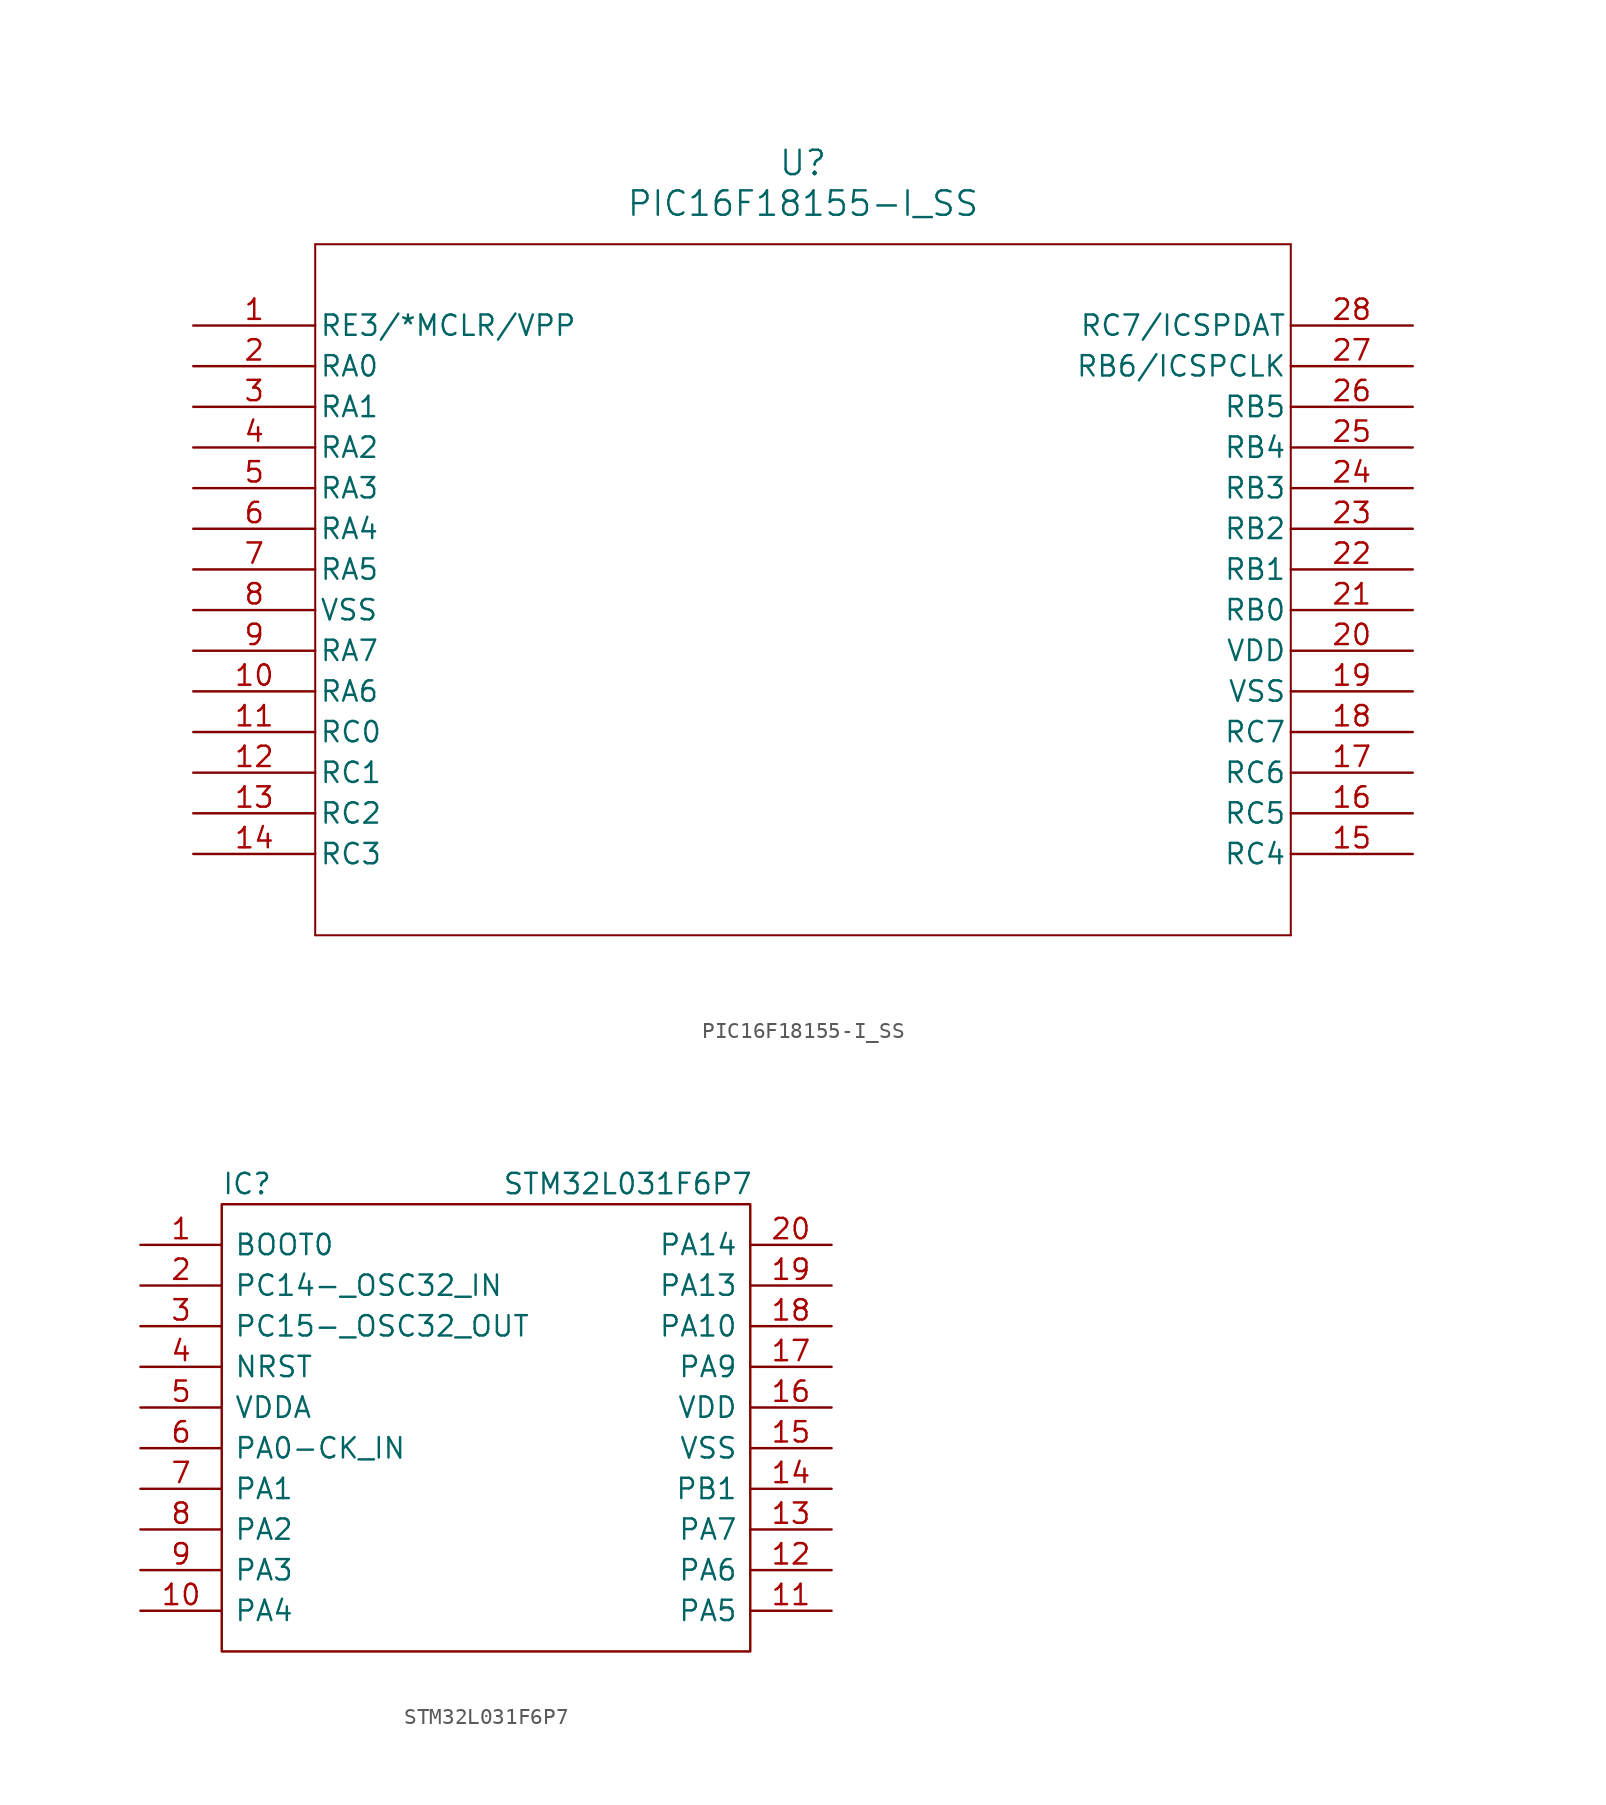
<source format=kicad_sym>
(kicad_symbol_lib
  (version 20231120)
  (generator "kicad_symbol_editor")
  (generator_version "8.0")
  (symbol "PIC16F18155-I_SS"
    (pin_names
      (offset 0.254))
    (property "Reference" "U"
      (at 38.1 10.16 0)
      (effects (font (size 1.524 1.524))))
    (property "Value" "PIC16F18155-I_SS"
      (at 38.1 7.62 0)
      (effects (font (size 1.524 1.524))))
    (property "ki_locked" ""
      (at 0 0 0)
      (effects (font (size 1.27 1.27))))
    (symbol "PIC16F18155-I_SS_0_1"
      (polyline (pts (xy 7.62 -38.1) (xy 68.58 -38.1)) (stroke (width 0.127) (type default)) (fill (type none)))
      (polyline (pts (xy 7.62 5.08) (xy 7.62 -38.1)) (stroke (width 0.127) (type default)) (fill (type none)))
      (polyline (pts (xy 68.58 -38.1) (xy 68.58 5.08)) (stroke (width 0.127) (type default)) (fill (type none)))
      (polyline (pts (xy 68.58 5.08) (xy 7.62 5.08)) (stroke (width 0.127) (type default)) (fill (type none)))
      (pin bidirectional line (at 0 0 0) (length 7.62) (name "RE3/*MCLR/VPP" (effects (font (size 1.27 1.27)))) (number "1" (effects (font (size 1.27 1.27)))))
      (pin bidirectional line (at 0 -22.86 0) (length 7.62) (name "RA6" (effects (font (size 1.27 1.27)))) (number "10" (effects (font (size 1.27 1.27)))))
      (pin bidirectional line (at 0 -25.4 0) (length 7.62) (name "RC0" (effects (font (size 1.27 1.27)))) (number "11" (effects (font (size 1.27 1.27)))))
      (pin bidirectional line (at 0 -27.94 0) (length 7.62) (name "RC1" (effects (font (size 1.27 1.27)))) (number "12" (effects (font (size 1.27 1.27)))))
      (pin bidirectional line (at 0 -30.48 0) (length 7.62) (name "RC2" (effects (font (size 1.27 1.27)))) (number "13" (effects (font (size 1.27 1.27)))))
      (pin bidirectional line (at 0 -33.02 0) (length 7.62) (name "RC3" (effects (font (size 1.27 1.27)))) (number "14" (effects (font (size 1.27 1.27)))))
      (pin bidirectional line (at 76.2 -33.02 180) (length 7.62) (name "RC4" (effects (font (size 1.27 1.27)))) (number "15" (effects (font (size 1.27 1.27)))))
      (pin bidirectional line (at 76.2 -30.48 180) (length 7.62) (name "RC5" (effects (font (size 1.27 1.27)))) (number "16" (effects (font (size 1.27 1.27)))))
      (pin bidirectional line (at 76.2 -27.94 180) (length 7.62) (name "RC6" (effects (font (size 1.27 1.27)))) (number "17" (effects (font (size 1.27 1.27)))))
      (pin bidirectional line (at 76.2 -25.4 180) (length 7.62) (name "RC7" (effects (font (size 1.27 1.27)))) (number "18" (effects (font (size 1.27 1.27)))))
      (pin power_out line (at 76.2 -22.86 180) (length 7.62) (name "VSS" (effects (font (size 1.27 1.27)))) (number "19" (effects (font (size 1.27 1.27)))))
      (pin bidirectional line (at 0 -2.54 0) (length 7.62) (name "RA0" (effects (font (size 1.27 1.27)))) (number "2" (effects (font (size 1.27 1.27)))))
      (pin power_in line (at 76.2 -20.32 180) (length 7.62) (name "VDD" (effects (font (size 1.27 1.27)))) (number "20" (effects (font (size 1.27 1.27)))))
      (pin bidirectional line (at 76.2 -17.78 180) (length 7.62) (name "RB0" (effects (font (size 1.27 1.27)))) (number "21" (effects (font (size 1.27 1.27)))))
      (pin bidirectional line (at 76.2 -15.24 180) (length 7.62) (name "RB1" (effects (font (size 1.27 1.27)))) (number "22" (effects (font (size 1.27 1.27)))))
      (pin bidirectional line (at 76.2 -12.7 180) (length 7.62) (name "RB2" (effects (font (size 1.27 1.27)))) (number "23" (effects (font (size 1.27 1.27)))))
      (pin bidirectional line (at 76.2 -10.16 180) (length 7.62) (name "RB3" (effects (font (size 1.27 1.27)))) (number "24" (effects (font (size 1.27 1.27)))))
      (pin bidirectional line (at 76.2 -7.62 180) (length 7.62) (name "RB4" (effects (font (size 1.27 1.27)))) (number "25" (effects (font (size 1.27 1.27)))))
      (pin bidirectional line (at 76.2 -5.08 180) (length 7.62) (name "RB5" (effects (font (size 1.27 1.27)))) (number "26" (effects (font (size 1.27 1.27)))))
      (pin bidirectional line (at 76.2 -2.54 180) (length 7.62) (name "RB6/ICSPCLK" (effects (font (size 1.27 1.27)))) (number "27" (effects (font (size 1.27 1.27)))))
      (pin bidirectional line (at 76.2 0 180) (length 7.62) (name "RC7/ICSPDAT" (effects (font (size 1.27 1.27)))) (number "28" (effects (font (size 1.27 1.27)))))
      (pin bidirectional line (at 0 -5.08 0) (length 7.62) (name "RA1" (effects (font (size 1.27 1.27)))) (number "3" (effects (font (size 1.27 1.27)))))
      (pin bidirectional line (at 0 -7.62 0) (length 7.62) (name "RA2" (effects (font (size 1.27 1.27)))) (number "4" (effects (font (size 1.27 1.27)))))
      (pin bidirectional line (at 0 -10.16 0) (length 7.62) (name "RA3" (effects (font (size 1.27 1.27)))) (number "5" (effects (font (size 1.27 1.27)))))
      (pin bidirectional line (at 0 -12.7 0) (length 7.62) (name "RA4" (effects (font (size 1.27 1.27)))) (number "6" (effects (font (size 1.27 1.27)))))
      (pin bidirectional line (at 0 -15.24 0) (length 7.62) (name "RA5" (effects (font (size 1.27 1.27)))) (number "7" (effects (font (size 1.27 1.27)))))
      (pin power_out line (at 0 -17.78 0) (length 7.62) (name "VSS" (effects (font (size 1.27 1.27)))) (number "8" (effects (font (size 1.27 1.27)))))
      (pin bidirectional line (at 0 -20.32 0) (length 7.62) (name "RA7" (effects (font (size 1.27 1.27)))) (number "9" (effects (font (size 1.27 1.27)))))))
  (symbol "STM32L031F6P7"
    (pin_names
      (offset 0.762))
    (property "Reference" "IC"
      (at 5.08 3.81 0)
      (effects (font (size 1.27 1.27)) (justify left)))
    (property "Value" "STM32L031F6P7"
      (at 22.606 3.81 0)
      (effects (font (size 1.27 1.27)) (justify left)))
    (symbol "STM32L031F6P7_0_0"
      (pin passive line (at 0 0 0) (length 5.08) (name "BOOT0" (effects (font (size 1.27 1.27)))) (number "1" (effects (font (size 1.27 1.27)))))
      (pin passive line (at 0 -22.86 0) (length 5.08) (name "PA4" (effects (font (size 1.27 1.27)))) (number "10" (effects (font (size 1.27 1.27)))))
      (pin passive line (at 43.18 -22.86 180) (length 5.08) (name "PA5" (effects (font (size 1.27 1.27)))) (number "11" (effects (font (size 1.27 1.27)))))
      (pin passive line (at 43.18 -20.32 180) (length 5.08) (name "PA6" (effects (font (size 1.27 1.27)))) (number "12" (effects (font (size 1.27 1.27)))))
      (pin passive line (at 43.18 -17.78 180) (length 5.08) (name "PA7" (effects (font (size 1.27 1.27)))) (number "13" (effects (font (size 1.27 1.27)))))
      (pin passive line (at 43.18 -15.24 180) (length 5.08) (name "PB1" (effects (font (size 1.27 1.27)))) (number "14" (effects (font (size 1.27 1.27)))))
      (pin passive line (at 43.18 -12.7 180) (length 5.08) (name "VSS" (effects (font (size 1.27 1.27)))) (number "15" (effects (font (size 1.27 1.27)))))
      (pin passive line (at 43.18 -10.16 180) (length 5.08) (name "VDD" (effects (font (size 1.27 1.27)))) (number "16" (effects (font (size 1.27 1.27)))))
      (pin passive line (at 43.18 -7.62 180) (length 5.08) (name "PA9" (effects (font (size 1.27 1.27)))) (number "17" (effects (font (size 1.27 1.27)))))
      (pin passive line (at 43.18 -5.08 180) (length 5.08) (name "PA10" (effects (font (size 1.27 1.27)))) (number "18" (effects (font (size 1.27 1.27)))))
      (pin passive line (at 43.18 -2.54 180) (length 5.08) (name "PA13" (effects (font (size 1.27 1.27)))) (number "19" (effects (font (size 1.27 1.27)))))
      (pin passive line (at 0 -2.54 0) (length 5.08) (name "PC14-_OSC32_IN" (effects (font (size 1.27 1.27)))) (number "2" (effects (font (size 1.27 1.27)))))
      (pin passive line (at 43.18 0 180) (length 5.08) (name "PA14" (effects (font (size 1.27 1.27)))) (number "20" (effects (font (size 1.27 1.27)))))
      (pin passive line (at 0 -5.08 0) (length 5.08) (name "PC15-_OSC32_OUT" (effects (font (size 1.27 1.27)))) (number "3" (effects (font (size 1.27 1.27)))))
      (pin passive line (at 0 -7.62 0) (length 5.08) (name "NRST" (effects (font (size 1.27 1.27)))) (number "4" (effects (font (size 1.27 1.27)))))
      (pin passive line (at 0 -10.16 0) (length 5.08) (name "VDDA" (effects (font (size 1.27 1.27)))) (number "5" (effects (font (size 1.27 1.27)))))
      (pin passive line (at 0 -12.7 0) (length 5.08) (name "PA0-CK_IN" (effects (font (size 1.27 1.27)))) (number "6" (effects (font (size 1.27 1.27)))))
      (pin passive line (at 0 -15.24 0) (length 5.08) (name "PA1" (effects (font (size 1.27 1.27)))) (number "7" (effects (font (size 1.27 1.27)))))
      (pin passive line (at 0 -17.78 0) (length 5.08) (name "PA2" (effects (font (size 1.27 1.27)))) (number "8" (effects (font (size 1.27 1.27)))))
      (pin passive line (at 0 -20.32 0) (length 5.08) (name "PA3" (effects (font (size 1.27 1.27)))) (number "9" (effects (font (size 1.27 1.27))))))
    (symbol "STM32L031F6P7_0_1"
      (polyline (pts (xy 5.08 2.54) (xy 38.1 2.54) (xy 38.1 -25.4) (xy 5.08 -25.4) (xy 5.08 2.54)) (stroke (width 0.152) (type solid)) (fill (type none))))))
</source>
